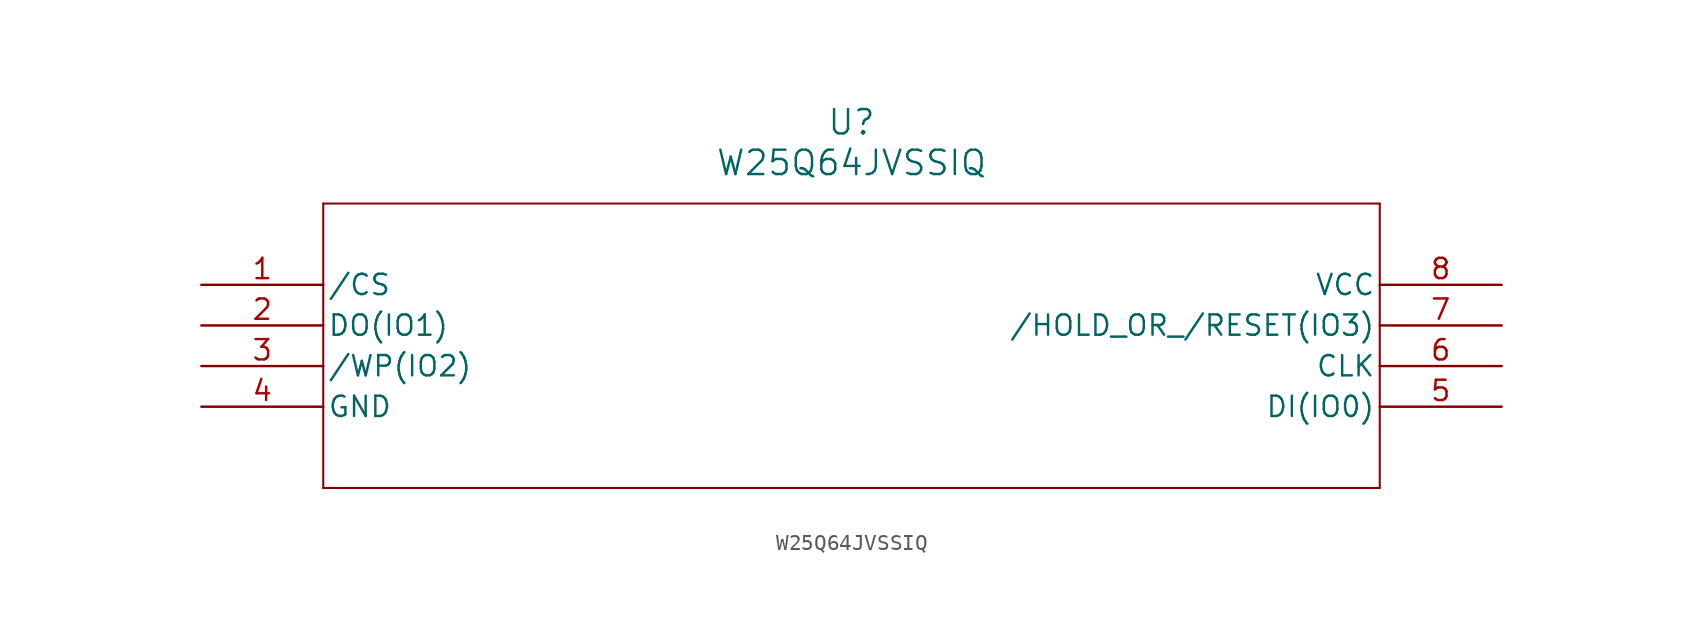
<source format=kicad_sym>
(kicad_symbol_lib
  (version 20211014)
  (generator kicad_symbol_editor)
  (symbol "W25Q64JVSSIQ"
    (pin_names
      (offset 0.254))
    (property "Reference" "U"
      (at 40.64 10.16 0)
      (effects (font (size 1.524 1.524))))
    (property "Value" "W25Q64JVSSIQ"
      (at 40.64 7.62 0)
      (effects (font (size 1.524 1.524))))
    (symbol "W25Q64JVSSIQ_0_1"
      (polyline (pts (xy 7.62 5.08) (xy 7.62 -12.7)) (stroke (width 0.127) (type default) (color 0 0 0 0)) (fill (type none)))
      (polyline (pts (xy 7.62 -12.7) (xy 73.66 -12.7)) (stroke (width 0.127) (type default) (color 0 0 0 0)) (fill (type none)))
      (polyline (pts (xy 73.66 -12.7) (xy 73.66 5.08)) (stroke (width 0.127) (type default) (color 0 0 0 0)) (fill (type none)))
      (polyline (pts (xy 73.66 5.08) (xy 7.62 5.08)) (stroke (width 0.127) (type default) (color 0 0 0 0)) (fill (type none)))
      (pin unspecified line (at 0 0 0) (length 7.62) (name "/CS" (effects (font (size 1.27 1.27)))) (number "1" (effects (font (size 1.27 1.27)))))
      (pin unspecified line (at 0 -2.54 0) (length 7.62) (name "DO(IO1)" (effects (font (size 1.27 1.27)))) (number "2" (effects (font (size 1.27 1.27)))))
      (pin unspecified line (at 0 -5.08 0) (length 7.62) (name "/WP(IO2)" (effects (font (size 1.27 1.27)))) (number "3" (effects (font (size 1.27 1.27)))))
      (pin power_out line (at 0 -7.62 0) (length 7.62) (name "GND" (effects (font (size 1.27 1.27)))) (number "4" (effects (font (size 1.27 1.27)))))
      (pin unspecified line (at 81.28 -7.62 180) (length 7.62) (name "DI(IO0)" (effects (font (size 1.27 1.27)))) (number "5" (effects (font (size 1.27 1.27)))))
      (pin unspecified line (at 81.28 -5.08 180) (length 7.62) (name "CLK" (effects (font (size 1.27 1.27)))) (number "6" (effects (font (size 1.27 1.27)))))
      (pin unspecified line (at 81.28 -2.54 180) (length 7.62) (name "/HOLD OR /RESET(IO3)" (effects (font (size 1.27 1.27)))) (number "7" (effects (font (size 1.27 1.27)))))
      (pin power_in line (at 81.28 0 180) (length 7.62) (name "VCC" (effects (font (size 1.27 1.27)))) (number "8" (effects (font (size 1.27 1.27))))))))
</source>
